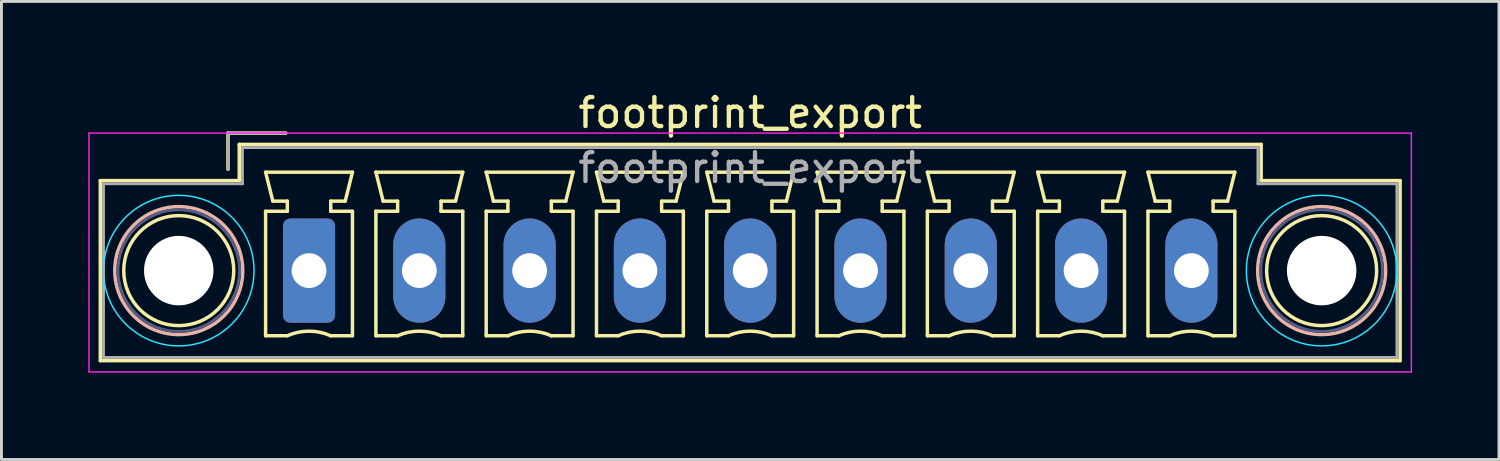
<source format=kicad_pcb>
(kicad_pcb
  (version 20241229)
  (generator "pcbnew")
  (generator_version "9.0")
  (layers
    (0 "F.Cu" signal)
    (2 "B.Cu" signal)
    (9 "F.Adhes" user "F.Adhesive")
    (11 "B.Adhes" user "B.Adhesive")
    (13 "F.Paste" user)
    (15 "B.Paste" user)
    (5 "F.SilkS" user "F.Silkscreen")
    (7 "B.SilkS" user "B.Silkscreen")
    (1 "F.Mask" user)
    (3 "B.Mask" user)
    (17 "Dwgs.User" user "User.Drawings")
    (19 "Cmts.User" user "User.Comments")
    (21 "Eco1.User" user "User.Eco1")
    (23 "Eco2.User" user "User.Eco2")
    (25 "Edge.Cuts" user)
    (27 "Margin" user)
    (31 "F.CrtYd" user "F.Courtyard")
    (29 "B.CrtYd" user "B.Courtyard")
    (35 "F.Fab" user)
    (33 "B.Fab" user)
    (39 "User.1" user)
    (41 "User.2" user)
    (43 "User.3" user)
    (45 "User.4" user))
  (footprint "footprint_export"
    (layer "F.Cu")
    (at 7.625 6.298)
    (property "Reference" "footprint_export" (at 15.24 -5.45 0) (layer "F.SilkS") (effects (font (size 1 1) (thickness 0.15))))
    (attr through_hole)
    (fp_line (start -7.21 -3.11) (end -7.21 3.11) (stroke (width 0.12) (type solid)) (layer "F.SilkS"))
    (fp_line (start -7.21 3.11) (end 37.69 3.11) (stroke (width 0.12) (type solid)) (layer "F.SilkS"))
    (fp_line (start -2.8 -4.75) (end -0.8 -4.75) (stroke (width 0.12) (type solid)) (layer "F.SilkS"))
    (fp_line (start -2.8 -3.5) (end -2.8 -4.75) (stroke (width 0.12) (type solid)) (layer "F.SilkS"))
    (fp_line (start -2.41 -4.36) (end -2.41 -3.11) (stroke (width 0.12) (type solid)) (layer "F.SilkS"))
    (fp_line (start -2.41 -3.11) (end -7.21 -3.11) (stroke (width 0.12) (type solid)) (layer "F.SilkS"))
    (fp_line (start -1.5 -3.4) (end 1.5 -3.4) (stroke (width 0.12) (type solid)) (layer "F.SilkS"))
    (fp_line (start -1.5 -2.05) (end -0.75 -2.05) (stroke (width 0.12) (type solid)) (layer "F.SilkS"))
    (fp_line (start -1.5 2.25) (end -1.5 -2.05) (stroke (width 0.12) (type solid)) (layer "F.SilkS"))
    (fp_line (start -1.25 -2.4) (end -1.5 -3.4) (stroke (width 0.12) (type solid)) (layer "F.SilkS"))
    (fp_line (start -0.75 -2.4) (end -1.25 -2.4) (stroke (width 0.12) (type solid)) (layer "F.SilkS"))
    (fp_line (start -0.75 -2.05) (end -0.75 -2.4) (stroke (width 0.12) (type solid)) (layer "F.SilkS"))
    (fp_line (start -0.75 2.25) (end -1.5 2.25) (stroke (width 0.12) (type solid)) (layer "F.SilkS"))
    (fp_line (start 0.75 -2.4) (end 0.75 -2.05) (stroke (width 0.12) (type solid)) (layer "F.SilkS"))
    (fp_line (start 0.75 -2.05) (end 1.5 -2.05) (stroke (width 0.12) (type solid)) (layer "F.SilkS"))
    (fp_line (start 1.25 -2.4) (end 0.75 -2.4) (stroke (width 0.12) (type solid)) (layer "F.SilkS"))
    (fp_line (start 1.5 -3.4) (end 1.25 -2.4) (stroke (width 0.12) (type solid)) (layer "F.SilkS"))
    (fp_line (start 1.5 -2.05) (end 1.5 2.25) (stroke (width 0.12) (type solid)) (layer "F.SilkS"))
    (fp_line (start 1.5 2.25) (end 0.75 2.25) (stroke (width 0.12) (type solid)) (layer "F.SilkS"))
    (fp_line (start 2.31 -3.4) (end 5.31 -3.4) (stroke (width 0.12) (type solid)) (layer "F.SilkS"))
    (fp_line (start 2.31 -2.05) (end 3.06 -2.05) (stroke (width 0.12) (type solid)) (layer "F.SilkS"))
    (fp_line (start 2.31 2.25) (end 2.31 -2.05) (stroke (width 0.12) (type solid)) (layer "F.SilkS"))
    (fp_line (start 2.56 -2.4) (end 2.31 -3.4) (stroke (width 0.12) (type solid)) (layer "F.SilkS"))
    (fp_line (start 3.06 -2.4) (end 2.56 -2.4) (stroke (width 0.12) (type solid)) (layer "F.SilkS"))
    (fp_line (start 3.06 -2.05) (end 3.06 -2.4) (stroke (width 0.12) (type solid)) (layer "F.SilkS"))
    (fp_line (start 3.06 2.25) (end 2.31 2.25) (stroke (width 0.12) (type solid)) (layer "F.SilkS"))
    (fp_line (start 4.56 -2.4) (end 4.56 -2.05) (stroke (width 0.12) (type solid)) (layer "F.SilkS"))
    (fp_line (start 4.56 -2.05) (end 5.31 -2.05) (stroke (width 0.12) (type solid)) (layer "F.SilkS"))
    (fp_line (start 5.06 -2.4) (end 4.56 -2.4) (stroke (width 0.12) (type solid)) (layer "F.SilkS"))
    (fp_line (start 5.31 -3.4) (end 5.06 -2.4) (stroke (width 0.12) (type solid)) (layer "F.SilkS"))
    (fp_line (start 5.31 -2.05) (end 5.31 2.25) (stroke (width 0.12) (type solid)) (layer "F.SilkS"))
    (fp_line (start 5.31 2.25) (end 4.56 2.25) (stroke (width 0.12) (type solid)) (layer "F.SilkS"))
    (fp_line (start 6.12 -3.4) (end 9.12 -3.4) (stroke (width 0.12) (type solid)) (layer "F.SilkS"))
    (fp_line (start 6.12 -2.05) (end 6.87 -2.05) (stroke (width 0.12) (type solid)) (layer "F.SilkS"))
    (fp_line (start 6.12 2.25) (end 6.12 -2.05) (stroke (width 0.12) (type solid)) (layer "F.SilkS"))
    (fp_line (start 6.37 -2.4) (end 6.12 -3.4) (stroke (width 0.12) (type solid)) (layer "F.SilkS"))
    (fp_line (start 6.87 -2.4) (end 6.37 -2.4) (stroke (width 0.12) (type solid)) (layer "F.SilkS"))
    (fp_line (start 6.87 -2.05) (end 6.87 -2.4) (stroke (width 0.12) (type solid)) (layer "F.SilkS"))
    (fp_line (start 6.87 2.25) (end 6.12 2.25) (stroke (width 0.12) (type solid)) (layer "F.SilkS"))
    (fp_line (start 8.37 -2.4) (end 8.37 -2.05) (stroke (width 0.12) (type solid)) (layer "F.SilkS"))
    (fp_line (start 8.37 -2.05) (end 9.12 -2.05) (stroke (width 0.12) (type solid)) (layer "F.SilkS"))
    (fp_line (start 8.87 -2.4) (end 8.37 -2.4) (stroke (width 0.12) (type solid)) (layer "F.SilkS"))
    (fp_line (start 9.12 -3.4) (end 8.87 -2.4) (stroke (width 0.12) (type solid)) (layer "F.SilkS"))
    (fp_line (start 9.12 -2.05) (end 9.12 2.25) (stroke (width 0.12) (type solid)) (layer "F.SilkS"))
    (fp_line (start 9.12 2.25) (end 8.37 2.25) (stroke (width 0.12) (type solid)) (layer "F.SilkS"))
    (fp_line (start 9.93 -3.4) (end 12.93 -3.4) (stroke (width 0.12) (type solid)) (layer "F.SilkS"))
    (fp_line (start 9.93 -2.05) (end 10.68 -2.05) (stroke (width 0.12) (type solid)) (layer "F.SilkS"))
    (fp_line (start 9.93 2.25) (end 9.93 -2.05) (stroke (width 0.12) (type solid)) (layer "F.SilkS"))
    (fp_line (start 10.18 -2.4) (end 9.93 -3.4) (stroke (width 0.12) (type solid)) (layer "F.SilkS"))
    (fp_line (start 10.68 -2.4) (end 10.18 -2.4) (stroke (width 0.12) (type solid)) (layer "F.SilkS"))
    (fp_line (start 10.68 -2.05) (end 10.68 -2.4) (stroke (width 0.12) (type solid)) (layer "F.SilkS"))
    (fp_line (start 10.68 2.25) (end 9.93 2.25) (stroke (width 0.12) (type solid)) (layer "F.SilkS"))
    (fp_line (start 12.18 -2.4) (end 12.18 -2.05) (stroke (width 0.12) (type solid)) (layer "F.SilkS"))
    (fp_line (start 12.18 -2.05) (end 12.93 -2.05) (stroke (width 0.12) (type solid)) (layer "F.SilkS"))
    (fp_line (start 12.68 -2.4) (end 12.18 -2.4) (stroke (width 0.12) (type solid)) (layer "F.SilkS"))
    (fp_line (start 12.93 -3.4) (end 12.68 -2.4) (stroke (width 0.12) (type solid)) (layer "F.SilkS"))
    (fp_line (start 12.93 -2.05) (end 12.93 2.25) (stroke (width 0.12) (type solid)) (layer "F.SilkS"))
    (fp_line (start 12.93 2.25) (end 12.18 2.25) (stroke (width 0.12) (type solid)) (layer "F.SilkS"))
    (fp_line (start 13.74 -3.4) (end 16.74 -3.4) (stroke (width 0.12) (type solid)) (layer "F.SilkS"))
    (fp_line (start 13.74 -2.05) (end 14.49 -2.05) (stroke (width 0.12) (type solid)) (layer "F.SilkS"))
    (fp_line (start 13.74 2.25) (end 13.74 -2.05) (stroke (width 0.12) (type solid)) (layer "F.SilkS"))
    (fp_line (start 13.99 -2.4) (end 13.74 -3.4) (stroke (width 0.12) (type solid)) (layer "F.SilkS"))
    (fp_line (start 14.49 -2.4) (end 13.99 -2.4) (stroke (width 0.12) (type solid)) (layer "F.SilkS"))
    (fp_line (start 14.49 -2.05) (end 14.49 -2.4) (stroke (width 0.12) (type solid)) (layer "F.SilkS"))
    (fp_line (start 14.49 2.25) (end 13.74 2.25) (stroke (width 0.12) (type solid)) (layer "F.SilkS"))
    (fp_line (start 15.99 -2.4) (end 15.99 -2.05) (stroke (width 0.12) (type solid)) (layer "F.SilkS"))
    (fp_line (start 15.99 -2.05) (end 16.74 -2.05) (stroke (width 0.12) (type solid)) (layer "F.SilkS"))
    (fp_line (start 16.49 -2.4) (end 15.99 -2.4) (stroke (width 0.12) (type solid)) (layer "F.SilkS"))
    (fp_line (start 16.74 -3.4) (end 16.49 -2.4) (stroke (width 0.12) (type solid)) (layer "F.SilkS"))
    (fp_line (start 16.74 -2.05) (end 16.74 2.25) (stroke (width 0.12) (type solid)) (layer "F.SilkS"))
    (fp_line (start 16.74 2.25) (end 15.99 2.25) (stroke (width 0.12) (type solid)) (layer "F.SilkS"))
    (fp_line (start 17.55 -3.4) (end 20.55 -3.4) (stroke (width 0.12) (type solid)) (layer "F.SilkS"))
    (fp_line (start 17.55 -2.05) (end 18.3 -2.05) (stroke (width 0.12) (type solid)) (layer "F.SilkS"))
    (fp_line (start 17.55 2.25) (end 17.55 -2.05) (stroke (width 0.12) (type solid)) (layer "F.SilkS"))
    (fp_line (start 17.8 -2.4) (end 17.55 -3.4) (stroke (width 0.12) (type solid)) (layer "F.SilkS"))
    (fp_line (start 18.3 -2.4) (end 17.8 -2.4) (stroke (width 0.12) (type solid)) (layer "F.SilkS"))
    (fp_line (start 18.3 -2.05) (end 18.3 -2.4) (stroke (width 0.12) (type solid)) (layer "F.SilkS"))
    (fp_line (start 18.3 2.25) (end 17.55 2.25) (stroke (width 0.12) (type solid)) (layer "F.SilkS"))
    (fp_line (start 19.8 -2.4) (end 19.8 -2.05) (stroke (width 0.12) (type solid)) (layer "F.SilkS"))
    (fp_line (start 19.8 -2.05) (end 20.55 -2.05) (stroke (width 0.12) (type solid)) (layer "F.SilkS"))
    (fp_line (start 20.3 -2.4) (end 19.8 -2.4) (stroke (width 0.12) (type solid)) (layer "F.SilkS"))
    (fp_line (start 20.55 -3.4) (end 20.3 -2.4) (stroke (width 0.12) (type solid)) (layer "F.SilkS"))
    (fp_line (start 20.55 -2.05) (end 20.55 2.25) (stroke (width 0.12) (type solid)) (layer "F.SilkS"))
    (fp_line (start 20.55 2.25) (end 19.8 2.25) (stroke (width 0.12) (type solid)) (layer "F.SilkS"))
    (fp_line (start 21.36 -3.4) (end 24.36 -3.4) (stroke (width 0.12) (type solid)) (layer "F.SilkS"))
    (fp_line (start 21.36 -2.05) (end 22.11 -2.05) (stroke (width 0.12) (type solid)) (layer "F.SilkS"))
    (fp_line (start 21.36 2.25) (end 21.36 -2.05) (stroke (width 0.12) (type solid)) (layer "F.SilkS"))
    (fp_line (start 21.61 -2.4) (end 21.36 -3.4) (stroke (width 0.12) (type solid)) (layer "F.SilkS"))
    (fp_line (start 22.11 -2.4) (end 21.61 -2.4) (stroke (width 0.12) (type solid)) (layer "F.SilkS"))
    (fp_line (start 22.11 -2.05) (end 22.11 -2.4) (stroke (width 0.12) (type solid)) (layer "F.SilkS"))
    (fp_line (start 22.11 2.25) (end 21.36 2.25) (stroke (width 0.12) (type solid)) (layer "F.SilkS"))
    (fp_line (start 23.61 -2.4) (end 23.61 -2.05) (stroke (width 0.12) (type solid)) (layer "F.SilkS"))
    (fp_line (start 23.61 -2.05) (end 24.36 -2.05) (stroke (width 0.12) (type solid)) (layer "F.SilkS"))
    (fp_line (start 24.11 -2.4) (end 23.61 -2.4) (stroke (width 0.12) (type solid)) (layer "F.SilkS"))
    (fp_line (start 24.36 -3.4) (end 24.11 -2.4) (stroke (width 0.12) (type solid)) (layer "F.SilkS"))
    (fp_line (start 24.36 -2.05) (end 24.36 2.25) (stroke (width 0.12) (type solid)) (layer "F.SilkS"))
    (fp_line (start 24.36 2.25) (end 23.61 2.25) (stroke (width 0.12) (type solid)) (layer "F.SilkS"))
    (fp_line (start 25.17 -3.4) (end 28.17 -3.4) (stroke (width 0.12) (type solid)) (layer "F.SilkS"))
    (fp_line (start 25.17 -2.05) (end 25.92 -2.05) (stroke (width 0.12) (type solid)) (layer "F.SilkS"))
    (fp_line (start 25.17 2.25) (end 25.17 -2.05) (stroke (width 0.12) (type solid)) (layer "F.SilkS"))
    (fp_line (start 25.42 -2.4) (end 25.17 -3.4) (stroke (width 0.12) (type solid)) (layer "F.SilkS"))
    (fp_line (start 25.92 -2.4) (end 25.42 -2.4) (stroke (width 0.12) (type solid)) (layer "F.SilkS"))
    (fp_line (start 25.92 -2.05) (end 25.92 -2.4) (stroke (width 0.12) (type solid)) (layer "F.SilkS"))
    (fp_line (start 25.92 2.25) (end 25.17 2.25) (stroke (width 0.12) (type solid)) (layer "F.SilkS"))
    (fp_line (start 27.42 -2.4) (end 27.42 -2.05) (stroke (width 0.12) (type solid)) (layer "F.SilkS"))
    (fp_line (start 27.42 -2.05) (end 28.17 -2.05) (stroke (width 0.12) (type solid)) (layer "F.SilkS"))
    (fp_line (start 27.92 -2.4) (end 27.42 -2.4) (stroke (width 0.12) (type solid)) (layer "F.SilkS"))
    (fp_line (start 28.17 -3.4) (end 27.92 -2.4) (stroke (width 0.12) (type solid)) (layer "F.SilkS"))
    (fp_line (start 28.17 -2.05) (end 28.17 2.25) (stroke (width 0.12) (type solid)) (layer "F.SilkS"))
    (fp_line (start 28.17 2.25) (end 27.42 2.25) (stroke (width 0.12) (type solid)) (layer "F.SilkS"))
    (fp_line (start 28.98 -3.4) (end 31.98 -3.4) (stroke (width 0.12) (type solid)) (layer "F.SilkS"))
    (fp_line (start 28.98 -2.05) (end 29.73 -2.05) (stroke (width 0.12) (type solid)) (layer "F.SilkS"))
    (fp_line (start 28.98 2.25) (end 28.98 -2.05) (stroke (width 0.12) (type solid)) (layer "F.SilkS"))
    (fp_line (start 29.23 -2.4) (end 28.98 -3.4) (stroke (width 0.12) (type solid)) (layer "F.SilkS"))
    (fp_line (start 29.73 -2.4) (end 29.23 -2.4) (stroke (width 0.12) (type solid)) (layer "F.SilkS"))
    (fp_line (start 29.73 -2.05) (end 29.73 -2.4) (stroke (width 0.12) (type solid)) (layer "F.SilkS"))
    (fp_line (start 29.73 2.25) (end 28.98 2.25) (stroke (width 0.12) (type solid)) (layer "F.SilkS"))
    (fp_line (start 31.23 -2.4) (end 31.23 -2.05) (stroke (width 0.12) (type solid)) (layer "F.SilkS"))
    (fp_line (start 31.23 -2.05) (end 31.98 -2.05) (stroke (width 0.12) (type solid)) (layer "F.SilkS"))
    (fp_line (start 31.73 -2.4) (end 31.23 -2.4) (stroke (width 0.12) (type solid)) (layer "F.SilkS"))
    (fp_line (start 31.98 -3.4) (end 31.73 -2.4) (stroke (width 0.12) (type solid)) (layer "F.SilkS"))
    (fp_line (start 31.98 -2.05) (end 31.98 2.25) (stroke (width 0.12) (type solid)) (layer "F.SilkS"))
    (fp_line (start 31.98 2.25) (end 31.23 2.25) (stroke (width 0.12) (type solid)) (layer "F.SilkS"))
    (fp_line (start 32.89 -4.36) (end -2.41 -4.36) (stroke (width 0.12) (type solid)) (layer "F.SilkS"))
    (fp_line (start 32.89 -3.11) (end 32.89 -4.36) (stroke (width 0.12) (type solid)) (layer "F.SilkS"))
    (fp_line (start 37.69 -3.11) (end 32.89 -3.11) (stroke (width 0.12) (type solid)) (layer "F.SilkS"))
    (fp_line (start 37.69 3.11) (end 37.69 -3.11) (stroke (width 0.12) (type solid)) (layer "F.SilkS"))
    (fp_arc (start -0.75 2.25) (mid -0.000193 2.09191) (end 0.749647 2.249844) (stroke (width 0.12) (type solid)) (layer "F.SilkS"))
    (fp_arc (start 3.06 2.25) (mid 3.809807 2.09191) (end 4.559647 2.249844) (stroke (width 0.12) (type solid)) (layer "F.SilkS"))
    (fp_arc (start 6.87 2.25) (mid 7.619807 2.09191) (end 8.369647 2.249844) (stroke (width 0.12) (type solid)) (layer "F.SilkS"))
    (fp_arc (start 10.68 2.25) (mid 11.429807 2.09191) (end 12.179647 2.249844) (stroke (width 0.12) (type solid)) (layer "F.SilkS"))
    (fp_arc (start 14.49 2.25) (mid 15.239807 2.09191) (end 15.989647 2.249844) (stroke (width 0.12) (type solid)) (layer "F.SilkS"))
    (fp_arc (start 18.3 2.25) (mid 19.049807 2.09191) (end 19.799647 2.249844) (stroke (width 0.12) (type solid)) (layer "F.SilkS"))
    (fp_arc (start 22.11 2.25) (mid 22.859807 2.09191) (end 23.609647 2.249844) (stroke (width 0.12) (type solid)) (layer "F.SilkS"))
    (fp_arc (start 25.92 2.25) (mid 26.669807 2.09191) (end 27.419647 2.249844) (stroke (width 0.12) (type solid)) (layer "F.SilkS"))
    (fp_arc (start 29.73 2.25) (mid 30.479807 2.09191) (end 31.229647 2.249844) (stroke (width 0.12) (type solid)) (layer "F.SilkS"))
    (fp_circle (center -4.5 0) (end -2.6 0) (stroke (width 0.12) (type solid)) (fill no) (layer "F.SilkS"))
    (fp_circle (center 34.98 0) (end 36.88 0) (stroke (width 0.12) (type solid)) (fill no) (layer "F.SilkS"))
    (fp_circle (center -4.5 0) (end -2.29 0) (stroke (width 0.12) (type solid)) (fill no) (layer "B.SilkS"))
    (fp_circle (center 34.98 0) (end 37.19 0) (stroke (width 0.12) (type solid)) (fill no) (layer "B.SilkS"))
    (fp_circle (center -4.5 0) (end -1.9 0) (stroke (width 0.05) (type solid)) (fill no) (layer "B.CrtYd"))
    (fp_circle (center 34.98 0) (end 37.58 0) (stroke (width 0.05) (type solid)) (fill no) (layer "B.CrtYd"))
    (fp_line (start -7.6 -4.75) (end -7.6 3.5) (stroke (width 0.05) (type solid)) (layer "F.CrtYd"))
    (fp_line (start -7.6 3.5) (end 38.08 3.5) (stroke (width 0.05) (type solid)) (layer "F.CrtYd"))
    (fp_line (start 38.08 -4.75) (end -7.6 -4.75) (stroke (width 0.05) (type solid)) (layer "F.CrtYd"))
    (fp_line (start 38.08 3.5) (end 38.08 -4.75) (stroke (width 0.05) (type solid)) (layer "F.CrtYd"))
    (fp_circle (center -4.5 0) (end -2.4 0) (stroke (width 0.1) (type solid)) (fill no) (layer "B.Fab"))
    (fp_circle (center 34.98 0) (end 37.08 0) (stroke (width 0.1) (type solid)) (fill no) (layer "B.Fab"))
    (fp_line (start -7.1 -3) (end -7.1 3) (stroke (width 0.1) (type solid)) (layer "F.Fab"))
    (fp_line (start -7.1 3) (end 37.58 3) (stroke (width 0.1) (type solid)) (layer "F.Fab"))
    (fp_line (start -2.8 -4.75) (end -0.8 -4.75) (stroke (width 0.1) (type solid)) (layer "F.Fab"))
    (fp_line (start -2.8 -3.5) (end -2.8 -4.75) (stroke (width 0.1) (type solid)) (layer "F.Fab"))
    (fp_line (start -2.3 -4.25) (end -2.3 -3) (stroke (width 0.1) (type solid)) (layer "F.Fab"))
    (fp_line (start -2.3 -3) (end -7.1 -3) (stroke (width 0.1) (type solid)) (layer "F.Fab"))
    (fp_line (start 32.78 -4.25) (end -2.3 -4.25) (stroke (width 0.1) (type solid)) (layer "F.Fab"))
    (fp_line (start 32.78 -3) (end 32.78 -4.25) (stroke (width 0.1) (type solid)) (layer "F.Fab"))
    (fp_line (start 37.58 -3) (end 32.78 -3) (stroke (width 0.1) (type solid)) (layer "F.Fab"))
    (fp_line (start 37.58 3) (end 37.58 -3) (stroke (width 0.1) (type solid)) (layer "F.Fab"))
    (fp_text user "${REFERENCE}" (at 15.24 -3.55 0) (layer "F.Fab") (effects (font (size 1 1) (thickness 0.15))))
    (pad "" np_thru_hole circle (at -4.5 0) (size 2.4 2.4) (drill 2.4) (layers "*.Cu" "*.Mask"))
    (pad "" np_thru_hole circle (at 34.98 0) (size 2.4 2.4) (drill 2.4) (layers "*.Cu" "*.Mask"))
    (pad "1" thru_hole roundrect (at 0 0) (size 1.8 3.6) (drill 1.2) (layers "*.Cu" "*.Mask") (roundrect_rratio 0.139))
    (pad "2" thru_hole oval (at 3.81 0) (size 1.8 3.6) (drill 1.2) (layers "*.Cu" "*.Mask"))
    (pad "3" thru_hole oval (at 7.62 0) (size 1.8 3.6) (drill 1.2) (layers "*.Cu" "*.Mask"))
    (pad "4" thru_hole oval (at 11.43 0) (size 1.8 3.6) (drill 1.2) (layers "*.Cu" "*.Mask"))
    (pad "5" thru_hole oval (at 15.24 0) (size 1.8 3.6) (drill 1.2) (layers "*.Cu" "*.Mask"))
    (pad "6" thru_hole oval (at 19.05 0) (size 1.8 3.6) (drill 1.2) (layers "*.Cu" "*.Mask"))
    (pad "7" thru_hole oval (at 22.86 0) (size 1.8 3.6) (drill 1.2) (layers "*.Cu" "*.Mask"))
    (pad "8" thru_hole oval (at 26.67 0) (size 1.8 3.6) (drill 1.2) (layers "*.Cu" "*.Mask"))
    (pad "9" thru_hole oval (at 30.48 0) (size 1.8 3.6) (drill 1.2) (layers "*.Cu" "*.Mask")))
  (gr_rect
    (start -3 -3)
    (end 48.73 12.823)
    (stroke (width 0.1) (type default))
    (fill no)
    (layer "Edge.Cuts")))
</source>
